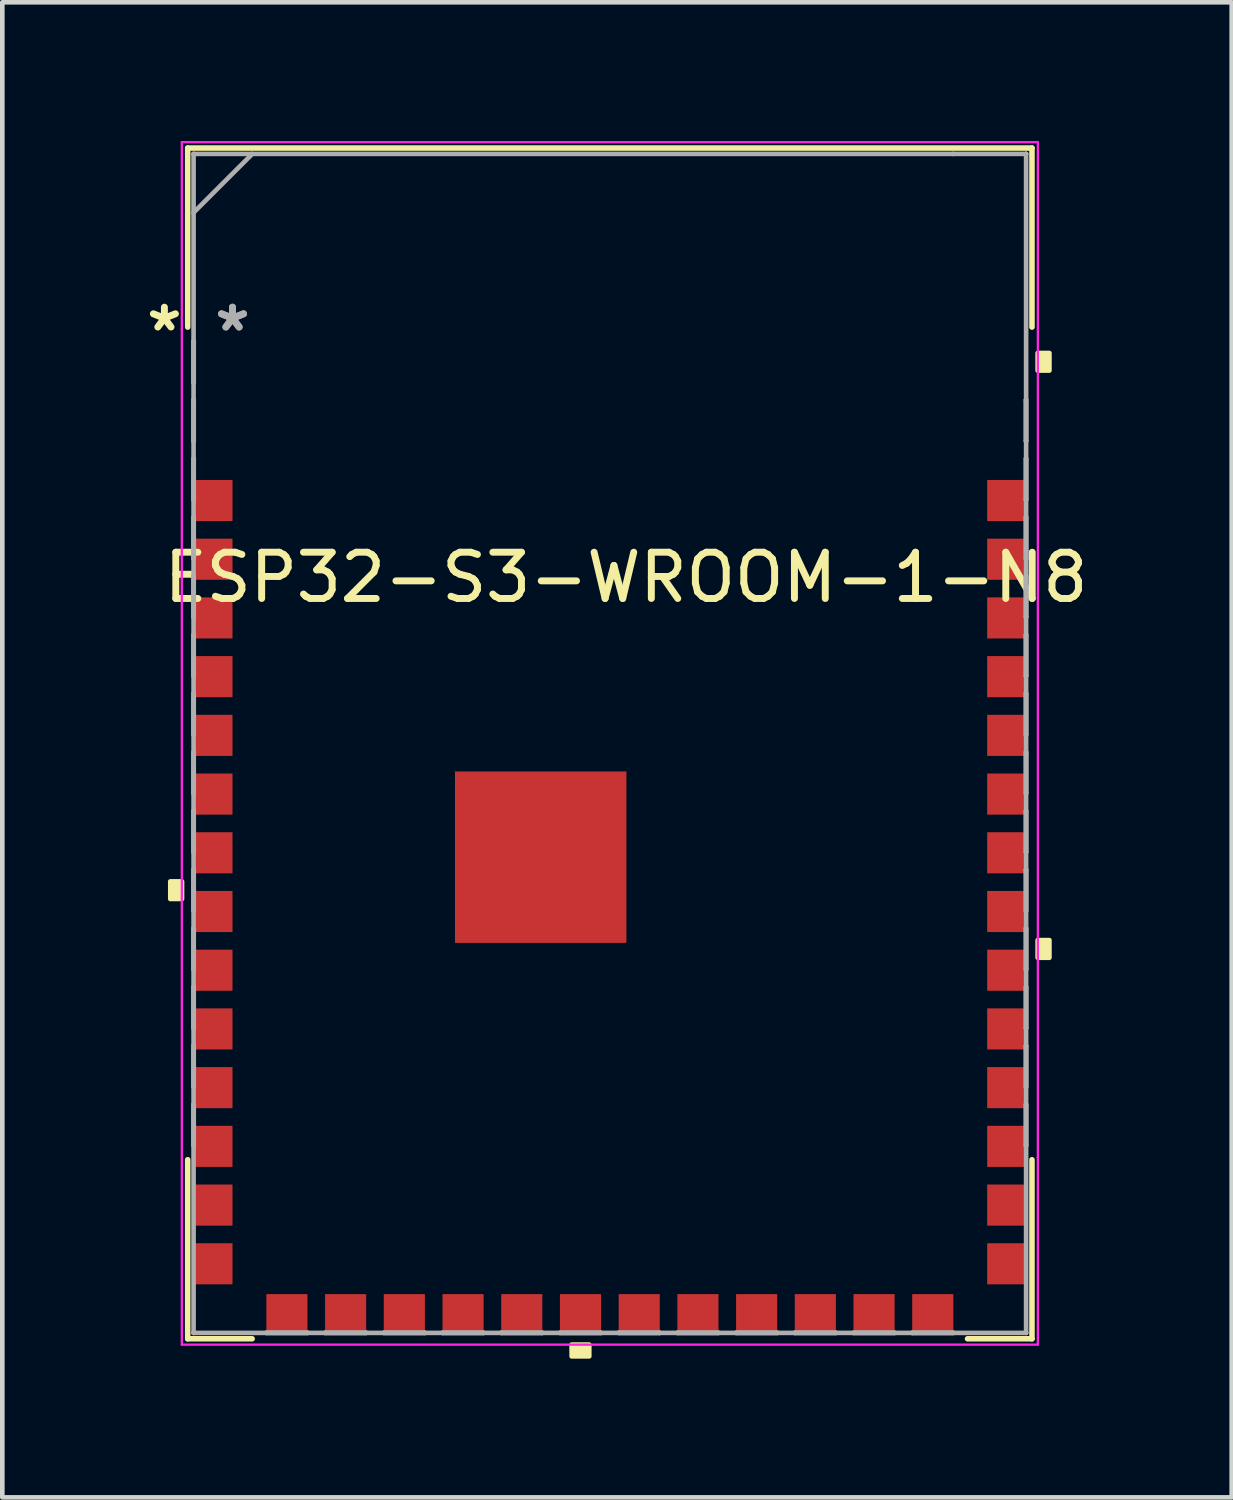
<source format=kicad_pcb>
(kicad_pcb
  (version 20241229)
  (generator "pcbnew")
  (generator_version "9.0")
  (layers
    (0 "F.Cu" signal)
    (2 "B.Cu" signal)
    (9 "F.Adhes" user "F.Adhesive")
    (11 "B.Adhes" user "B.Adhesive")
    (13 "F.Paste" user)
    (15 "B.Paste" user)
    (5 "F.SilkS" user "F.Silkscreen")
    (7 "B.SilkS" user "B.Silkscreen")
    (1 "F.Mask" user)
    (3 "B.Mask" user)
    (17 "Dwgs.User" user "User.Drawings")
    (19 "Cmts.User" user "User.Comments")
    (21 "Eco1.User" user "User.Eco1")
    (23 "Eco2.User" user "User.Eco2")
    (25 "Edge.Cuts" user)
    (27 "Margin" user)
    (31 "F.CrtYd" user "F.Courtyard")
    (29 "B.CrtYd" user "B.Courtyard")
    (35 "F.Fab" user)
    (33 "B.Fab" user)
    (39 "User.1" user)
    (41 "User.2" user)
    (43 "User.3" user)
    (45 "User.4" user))
  (footprint "ESP32-S3-WROOM-1-N8"
    (layer "F.Cu")
    (at 10.141 13.03)
    (property "Reference" "ESP32-S3-WROOM-1-N8" (at 0.35 -3.59 0) (layer "F.SilkS") (effects (font (size 1 1) (thickness 0.15))))
    (attr through_hole)
    (fp_line (start -9.131 -12.878) (end -9.131 -9.005) (stroke (width 0.12) (type solid)) (layer "F.SilkS"))
    (fp_line (start -9.131 9.005) (end -9.131 12.878) (stroke (width 0.12) (type solid)) (layer "F.SilkS"))
    (fp_line (start -9.131 12.878) (end -7.737 12.878) (stroke (width 0.12) (type solid)) (layer "F.SilkS"))
    (fp_line (start 7.737 12.878) (end 9.131 12.878) (stroke (width 0.12) (type solid)) (layer "F.SilkS"))
    (fp_line (start 9.131 -12.878) (end -9.131 -12.878) (stroke (width 0.12) (type solid)) (layer "F.SilkS"))
    (fp_line (start 9.131 -9.005) (end 9.131 -12.878) (stroke (width 0.12) (type solid)) (layer "F.SilkS"))
    (fp_line (start 9.131 12.878) (end 9.131 9.005) (stroke (width 0.12) (type solid)) (layer "F.SilkS"))
    (fp_poly (pts (xy -9.508 2.985) (xy -9.508 3.365) (xy -9.254 3.365) (xy -9.254 2.985)) (stroke (width 0.1) (type solid)) (fill yes) (layer "F.SilkS"))
    (fp_poly (pts (xy -0.826 13.004) (xy -0.826 13.258) (xy -0.445 13.258) (xy -0.445 13.004)) (stroke (width 0.1) (type solid)) (fill yes) (layer "F.SilkS"))
    (fp_poly (pts (xy 9.508 -8.445) (xy 9.508 -8.065) (xy 9.254 -8.065) (xy 9.254 -8.445)) (stroke (width 0.1) (type solid)) (fill yes) (layer "F.SilkS"))
    (fp_poly (pts (xy 9.508 4.255) (xy 9.508 4.636) (xy 9.254 4.636) (xy 9.254 4.255)) (stroke (width 0.1) (type solid)) (fill yes) (layer "F.SilkS"))
    (fp_line (start -9.258 -13.005) (end 9.258 -13.005) (stroke (width 0.05) (type solid)) (layer "F.CrtYd"))
    (fp_line (start -9.258 -8.954) (end -9.258 -8.954) (stroke (width 0.05) (type solid)) (layer "F.CrtYd"))
    (fp_line (start -9.258 -8.954) (end -9.258 -8.954) (stroke (width 0.05) (type solid)) (layer "F.CrtYd"))
    (fp_line (start -9.258 13.005) (end -9.258 -13.005) (stroke (width 0.05) (type solid)) (layer "F.CrtYd"))
    (fp_line (start 9.258 -13.005) (end 9.258 13.005) (stroke (width 0.05) (type solid)) (layer "F.CrtYd"))
    (fp_line (start 9.258 8.954) (end 9.258 8.954) (stroke (width 0.05) (type solid)) (layer "F.CrtYd"))
    (fp_line (start 9.258 8.954) (end 9.258 8.954) (stroke (width 0.05) (type solid)) (layer "F.CrtYd"))
    (fp_line (start 9.258 13.005) (end -9.258 13.005) (stroke (width 0.05) (type solid)) (layer "F.CrtYd"))
    (fp_line (start -9.004 -12.751) (end -9.004 -12.751) (stroke (width 0.1) (type solid)) (layer "F.Fab"))
    (fp_line (start -9.004 -12.751) (end -9.004 12.751) (stroke (width 0.1) (type solid)) (layer "F.Fab"))
    (fp_line (start -9.004 -11.481) (end -7.734 -12.751) (stroke (width 0.1) (type solid)) (layer "F.Fab"))
    (fp_line (start -9.004 -8.7) (end -9 -8.7) (stroke (width 0.1) (type solid)) (layer "F.Fab"))
    (fp_line (start -9.004 -7.811) (end -9.004 -8.7) (stroke (width 0.1) (type solid)) (layer "F.Fab"))
    (fp_line (start -9.004 -7.429) (end -9 -7.429) (stroke (width 0.1) (type solid)) (layer "F.Fab"))
    (fp_line (start -9.004 -6.54) (end -9.004 -7.429) (stroke (width 0.1) (type solid)) (layer "F.Fab"))
    (fp_line (start -9.004 -6.16) (end -9 -6.16) (stroke (width 0.1) (type solid)) (layer "F.Fab"))
    (fp_line (start -9.004 -5.271) (end -9.004 -6.16) (stroke (width 0.1) (type solid)) (layer "F.Fab"))
    (fp_line (start -9.004 -4.889) (end -9 -4.889) (stroke (width 0.1) (type solid)) (layer "F.Fab"))
    (fp_line (start -9.004 -4) (end -9.004 -4.889) (stroke (width 0.1) (type solid)) (layer "F.Fab"))
    (fp_line (start -9.004 -3.619) (end -9 -3.619) (stroke (width 0.1) (type solid)) (layer "F.Fab"))
    (fp_line (start -9.004 -2.731) (end -9.004 -3.619) (stroke (width 0.1) (type solid)) (layer "F.Fab"))
    (fp_line (start -9.004 -2.349) (end -9 -2.349) (stroke (width 0.1) (type solid)) (layer "F.Fab"))
    (fp_line (start -9.004 -1.46) (end -9.004 -2.349) (stroke (width 0.1) (type solid)) (layer "F.Fab"))
    (fp_line (start -9.004 -1.079) (end -9 -1.079) (stroke (width 0.1) (type solid)) (layer "F.Fab"))
    (fp_line (start -9.004 -0.191) (end -9.004 -1.079) (stroke (width 0.1) (type solid)) (layer "F.Fab"))
    (fp_line (start -9.004 0.191) (end -9 0.191) (stroke (width 0.1) (type solid)) (layer "F.Fab"))
    (fp_line (start -9.004 1.079) (end -9.004 0.191) (stroke (width 0.1) (type solid)) (layer "F.Fab"))
    (fp_line (start -9.004 1.46) (end -9 1.46) (stroke (width 0.1) (type solid)) (layer "F.Fab"))
    (fp_line (start -9.004 2.349) (end -9.004 1.46) (stroke (width 0.1) (type solid)) (layer "F.Fab"))
    (fp_line (start -9.004 2.731) (end -9 2.731) (stroke (width 0.1) (type solid)) (layer "F.Fab"))
    (fp_line (start -9.004 3.619) (end -9.004 2.731) (stroke (width 0.1) (type solid)) (layer "F.Fab"))
    (fp_line (start -9.004 4) (end -9 4) (stroke (width 0.1) (type solid)) (layer "F.Fab"))
    (fp_line (start -9.004 4.889) (end -9.004 4) (stroke (width 0.1) (type solid)) (layer "F.Fab"))
    (fp_line (start -9.004 5.271) (end -9 5.271) (stroke (width 0.1) (type solid)) (layer "F.Fab"))
    (fp_line (start -9.004 6.16) (end -9.004 5.271) (stroke (width 0.1) (type solid)) (layer "F.Fab"))
    (fp_line (start -9.004 6.54) (end -9 6.54) (stroke (width 0.1) (type solid)) (layer "F.Fab"))
    (fp_line (start -9.004 7.429) (end -9.004 6.54) (stroke (width 0.1) (type solid)) (layer "F.Fab"))
    (fp_line (start -9.004 7.811) (end -9 7.811) (stroke (width 0.1) (type solid)) (layer "F.Fab"))
    (fp_line (start -9.004 8.7) (end -9.004 7.811) (stroke (width 0.1) (type solid)) (layer "F.Fab"))
    (fp_line (start -9.004 12.751) (end -9.004 12.751) (stroke (width 0.1) (type solid)) (layer "F.Fab"))
    (fp_line (start -9.004 12.751) (end 9.004 12.751) (stroke (width 0.1) (type solid)) (layer "F.Fab"))
    (fp_line (start -9 -8.7) (end -9 -7.811) (stroke (width 0.1) (type solid)) (layer "F.Fab"))
    (fp_line (start -9 -7.811) (end -9.004 -7.811) (stroke (width 0.1) (type solid)) (layer "F.Fab"))
    (fp_line (start -9 -7.429) (end -9 -6.54) (stroke (width 0.1) (type solid)) (layer "F.Fab"))
    (fp_line (start -9 -6.54) (end -9.004 -6.54) (stroke (width 0.1) (type solid)) (layer "F.Fab"))
    (fp_line (start -9 -6.16) (end -9 -5.271) (stroke (width 0.1) (type solid)) (layer "F.Fab"))
    (fp_line (start -9 -5.271) (end -9.004 -5.271) (stroke (width 0.1) (type solid)) (layer "F.Fab"))
    (fp_line (start -9 -4.889) (end -9 -4) (stroke (width 0.1) (type solid)) (layer "F.Fab"))
    (fp_line (start -9 -4) (end -9.004 -4) (stroke (width 0.1) (type solid)) (layer "F.Fab"))
    (fp_line (start -9 -3.619) (end -9 -2.731) (stroke (width 0.1) (type solid)) (layer "F.Fab"))
    (fp_line (start -9 -2.731) (end -9.004 -2.731) (stroke (width 0.1) (type solid)) (layer "F.Fab"))
    (fp_line (start -9 -2.349) (end -9 -1.46) (stroke (width 0.1) (type solid)) (layer "F.Fab"))
    (fp_line (start -9 -1.46) (end -9.004 -1.46) (stroke (width 0.1) (type solid)) (layer "F.Fab"))
    (fp_line (start -9 -1.079) (end -9 -0.191) (stroke (width 0.1) (type solid)) (layer "F.Fab"))
    (fp_line (start -9 -0.191) (end -9.004 -0.191) (stroke (width 0.1) (type solid)) (layer "F.Fab"))
    (fp_line (start -9 0.191) (end -9 1.079) (stroke (width 0.1) (type solid)) (layer "F.Fab"))
    (fp_line (start -9 1.079) (end -9.004 1.079) (stroke (width 0.1) (type solid)) (layer "F.Fab"))
    (fp_line (start -9 1.46) (end -9 2.349) (stroke (width 0.1) (type solid)) (layer "F.Fab"))
    (fp_line (start -9 2.349) (end -9.004 2.349) (stroke (width 0.1) (type solid)) (layer "F.Fab"))
    (fp_line (start -9 2.731) (end -9 3.619) (stroke (width 0.1) (type solid)) (layer "F.Fab"))
    (fp_line (start -9 3.619) (end -9.004 3.619) (stroke (width 0.1) (type solid)) (layer "F.Fab"))
    (fp_line (start -9 4) (end -9 4.889) (stroke (width 0.1) (type solid)) (layer "F.Fab"))
    (fp_line (start -9 4.889) (end -9.004 4.889) (stroke (width 0.1) (type solid)) (layer "F.Fab"))
    (fp_line (start -9 5.271) (end -9 6.16) (stroke (width 0.1) (type solid)) (layer "F.Fab"))
    (fp_line (start -9 6.16) (end -9.004 6.16) (stroke (width 0.1) (type solid)) (layer "F.Fab"))
    (fp_line (start -9 6.54) (end -9 7.429) (stroke (width 0.1) (type solid)) (layer "F.Fab"))
    (fp_line (start -9 7.429) (end -9.004 7.429) (stroke (width 0.1) (type solid)) (layer "F.Fab"))
    (fp_line (start -9 7.811) (end -9 8.7) (stroke (width 0.1) (type solid)) (layer "F.Fab"))
    (fp_line (start -9 8.7) (end -9.004 8.7) (stroke (width 0.1) (type solid)) (layer "F.Fab"))
    (fp_line (start -7.429 12.75) (end -6.54 12.75) (stroke (width 0.1) (type solid)) (layer "F.Fab"))
    (fp_line (start -7.429 12.751) (end -7.429 12.75) (stroke (width 0.1) (type solid)) (layer "F.Fab"))
    (fp_line (start -6.54 12.75) (end -6.54 12.751) (stroke (width 0.1) (type solid)) (layer "F.Fab"))
    (fp_line (start -6.54 12.751) (end -7.429 12.751) (stroke (width 0.1) (type solid)) (layer "F.Fab"))
    (fp_line (start -6.16 12.75) (end -5.271 12.75) (stroke (width 0.1) (type solid)) (layer "F.Fab"))
    (fp_line (start -6.16 12.751) (end -6.16 12.75) (stroke (width 0.1) (type solid)) (layer "F.Fab"))
    (fp_line (start -5.271 12.75) (end -5.271 12.751) (stroke (width 0.1) (type solid)) (layer "F.Fab"))
    (fp_line (start -5.271 12.751) (end -6.16 12.751) (stroke (width 0.1) (type solid)) (layer "F.Fab"))
    (fp_line (start -4.889 12.75) (end -4 12.75) (stroke (width 0.1) (type solid)) (layer "F.Fab"))
    (fp_line (start -4.889 12.751) (end -4.889 12.75) (stroke (width 0.1) (type solid)) (layer "F.Fab"))
    (fp_line (start -4 12.75) (end -4 12.751) (stroke (width 0.1) (type solid)) (layer "F.Fab"))
    (fp_line (start -4 12.751) (end -4.889 12.751) (stroke (width 0.1) (type solid)) (layer "F.Fab"))
    (fp_line (start -3.619 12.75) (end -2.731 12.75) (stroke (width 0.1) (type solid)) (layer "F.Fab"))
    (fp_line (start -3.619 12.751) (end -3.619 12.75) (stroke (width 0.1) (type solid)) (layer "F.Fab"))
    (fp_line (start -2.731 12.75) (end -2.731 12.751) (stroke (width 0.1) (type solid)) (layer "F.Fab"))
    (fp_line (start -2.731 12.751) (end -3.619 12.751) (stroke (width 0.1) (type solid)) (layer "F.Fab"))
    (fp_line (start -2.349 12.75) (end -1.46 12.75) (stroke (width 0.1) (type solid)) (layer "F.Fab"))
    (fp_line (start -2.349 12.751) (end -2.349 12.75) (stroke (width 0.1) (type solid)) (layer "F.Fab"))
    (fp_line (start -1.46 12.75) (end -1.46 12.751) (stroke (width 0.1) (type solid)) (layer "F.Fab"))
    (fp_line (start -1.46 12.751) (end -2.349 12.751) (stroke (width 0.1) (type solid)) (layer "F.Fab"))
    (fp_line (start -1.079 12.75) (end -0.191 12.75) (stroke (width 0.1) (type solid)) (layer "F.Fab"))
    (fp_line (start -1.079 12.751) (end -1.079 12.75) (stroke (width 0.1) (type solid)) (layer "F.Fab"))
    (fp_line (start -0.191 12.75) (end -0.191 12.751) (stroke (width 0.1) (type solid)) (layer "F.Fab"))
    (fp_line (start -0.191 12.751) (end -1.079 12.751) (stroke (width 0.1) (type solid)) (layer "F.Fab"))
    (fp_line (start 0.191 12.75) (end 1.079 12.75) (stroke (width 0.1) (type solid)) (layer "F.Fab"))
    (fp_line (start 0.191 12.751) (end 0.191 12.75) (stroke (width 0.1) (type solid)) (layer "F.Fab"))
    (fp_line (start 1.079 12.75) (end 1.079 12.751) (stroke (width 0.1) (type solid)) (layer "F.Fab"))
    (fp_line (start 1.079 12.751) (end 0.191 12.751) (stroke (width 0.1) (type solid)) (layer "F.Fab"))
    (fp_line (start 1.46 12.75) (end 2.349 12.75) (stroke (width 0.1) (type solid)) (layer "F.Fab"))
    (fp_line (start 1.46 12.751) (end 1.46 12.75) (stroke (width 0.1) (type solid)) (layer "F.Fab"))
    (fp_line (start 2.349 12.75) (end 2.349 12.751) (stroke (width 0.1) (type solid)) (layer "F.Fab"))
    (fp_line (start 2.349 12.751) (end 1.46 12.751) (stroke (width 0.1) (type solid)) (layer "F.Fab"))
    (fp_line (start 2.731 12.75) (end 3.619 12.75) (stroke (width 0.1) (type solid)) (layer "F.Fab"))
    (fp_line (start 2.731 12.751) (end 2.731 12.75) (stroke (width 0.1) (type solid)) (layer "F.Fab"))
    (fp_line (start 3.619 12.75) (end 3.619 12.751) (stroke (width 0.1) (type solid)) (layer "F.Fab"))
    (fp_line (start 3.619 12.751) (end 2.731 12.751) (stroke (width 0.1) (type solid)) (layer "F.Fab"))
    (fp_line (start 4 12.75) (end 4.889 12.75) (stroke (width 0.1) (type solid)) (layer "F.Fab"))
    (fp_line (start 4 12.751) (end 4 12.75) (stroke (width 0.1) (type solid)) (layer "F.Fab"))
    (fp_line (start 4.889 12.75) (end 4.889 12.751) (stroke (width 0.1) (type solid)) (layer "F.Fab"))
    (fp_line (start 4.889 12.751) (end 4 12.751) (stroke (width 0.1) (type solid)) (layer "F.Fab"))
    (fp_line (start 5.271 12.75) (end 6.16 12.75) (stroke (width 0.1) (type solid)) (layer "F.Fab"))
    (fp_line (start 5.271 12.751) (end 5.271 12.75) (stroke (width 0.1) (type solid)) (layer "F.Fab"))
    (fp_line (start 6.16 12.75) (end 6.16 12.751) (stroke (width 0.1) (type solid)) (layer "F.Fab"))
    (fp_line (start 6.16 12.751) (end 5.271 12.751) (stroke (width 0.1) (type solid)) (layer "F.Fab"))
    (fp_line (start 6.54 12.75) (end 7.429 12.75) (stroke (width 0.1) (type solid)) (layer "F.Fab"))
    (fp_line (start 6.54 12.751) (end 6.54 12.75) (stroke (width 0.1) (type solid)) (layer "F.Fab"))
    (fp_line (start 7.429 -12.751) (end 7.429 -12.75) (stroke (width 0.1) (type solid)) (layer "F.Fab"))
    (fp_line (start 7.429 12.75) (end 7.429 12.751) (stroke (width 0.1) (type solid)) (layer "F.Fab"))
    (fp_line (start 7.429 12.751) (end 6.54 12.751) (stroke (width 0.1) (type solid)) (layer "F.Fab"))
    (fp_line (start 9 -7.429) (end 9.004 -7.429) (stroke (width 0.1) (type solid)) (layer "F.Fab"))
    (fp_line (start 9 -6.54) (end 9 -7.429) (stroke (width 0.1) (type solid)) (layer "F.Fab"))
    (fp_line (start 9 -6.16) (end 9.004 -6.16) (stroke (width 0.1) (type solid)) (layer "F.Fab"))
    (fp_line (start 9 -5.271) (end 9 -6.16) (stroke (width 0.1) (type solid)) (layer "F.Fab"))
    (fp_line (start 9 -4.889) (end 9.004 -4.889) (stroke (width 0.1) (type solid)) (layer "F.Fab"))
    (fp_line (start 9 -4) (end 9 -4.889) (stroke (width 0.1) (type solid)) (layer "F.Fab"))
    (fp_line (start 9 -3.619) (end 9.004 -3.619) (stroke (width 0.1) (type solid)) (layer "F.Fab"))
    (fp_line (start 9 -2.731) (end 9 -3.619) (stroke (width 0.1) (type solid)) (layer "F.Fab"))
    (fp_line (start 9 -2.349) (end 9.004 -2.349) (stroke (width 0.1) (type solid)) (layer "F.Fab"))
    (fp_line (start 9 -1.46) (end 9 -2.349) (stroke (width 0.1) (type solid)) (layer "F.Fab"))
    (fp_line (start 9 -1.079) (end 9.004 -1.079) (stroke (width 0.1) (type solid)) (layer "F.Fab"))
    (fp_line (start 9 -0.191) (end 9 -1.079) (stroke (width 0.1) (type solid)) (layer "F.Fab"))
    (fp_line (start 9 0.191) (end 9.004 0.191) (stroke (width 0.1) (type solid)) (layer "F.Fab"))
    (fp_line (start 9 1.079) (end 9 0.191) (stroke (width 0.1) (type solid)) (layer "F.Fab"))
    (fp_line (start 9 1.46) (end 9.004 1.46) (stroke (width 0.1) (type solid)) (layer "F.Fab"))
    (fp_line (start 9 2.349) (end 9 1.46) (stroke (width 0.1) (type solid)) (layer "F.Fab"))
    (fp_line (start 9 2.731) (end 9.004 2.731) (stroke (width 0.1) (type solid)) (layer "F.Fab"))
    (fp_line (start 9 3.619) (end 9 2.731) (stroke (width 0.1) (type solid)) (layer "F.Fab"))
    (fp_line (start 9 4) (end 9.004 4) (stroke (width 0.1) (type solid)) (layer "F.Fab"))
    (fp_line (start 9 4.889) (end 9 4) (stroke (width 0.1) (type solid)) (layer "F.Fab"))
    (fp_line (start 9 5.271) (end 9.004 5.271) (stroke (width 0.1) (type solid)) (layer "F.Fab"))
    (fp_line (start 9 6.16) (end 9 5.271) (stroke (width 0.1) (type solid)) (layer "F.Fab"))
    (fp_line (start 9 6.54) (end 9.004 6.54) (stroke (width 0.1) (type solid)) (layer "F.Fab"))
    (fp_line (start 9 7.429) (end 9 6.54) (stroke (width 0.1) (type solid)) (layer "F.Fab"))
    (fp_line (start 9 7.811) (end 9.004 7.811) (stroke (width 0.1) (type solid)) (layer "F.Fab"))
    (fp_line (start 9 8.7) (end 9 7.811) (stroke (width 0.1) (type solid)) (layer "F.Fab"))
    (fp_line (start 9.004 -12.751) (end -9.004 -12.751) (stroke (width 0.1) (type solid)) (layer "F.Fab"))
    (fp_line (start 9.004 -12.751) (end 9.004 -12.751) (stroke (width 0.1) (type solid)) (layer "F.Fab"))
    (fp_line (start 9.004 -7.429) (end 9.004 -6.54) (stroke (width 0.1) (type solid)) (layer "F.Fab"))
    (fp_line (start 9.004 -6.54) (end 9 -6.54) (stroke (width 0.1) (type solid)) (layer "F.Fab"))
    (fp_line (start 9.004 -6.16) (end 9.004 -5.271) (stroke (width 0.1) (type solid)) (layer "F.Fab"))
    (fp_line (start 9.004 -5.271) (end 9 -5.271) (stroke (width 0.1) (type solid)) (layer "F.Fab"))
    (fp_line (start 9.004 -4.889) (end 9.004 -4) (stroke (width 0.1) (type solid)) (layer "F.Fab"))
    (fp_line (start 9.004 -4) (end 9 -4) (stroke (width 0.1) (type solid)) (layer "F.Fab"))
    (fp_line (start 9.004 -3.619) (end 9.004 -2.731) (stroke (width 0.1) (type solid)) (layer "F.Fab"))
    (fp_line (start 9.004 -2.731) (end 9 -2.731) (stroke (width 0.1) (type solid)) (layer "F.Fab"))
    (fp_line (start 9.004 -2.349) (end 9.004 -1.46) (stroke (width 0.1) (type solid)) (layer "F.Fab"))
    (fp_line (start 9.004 -1.46) (end 9 -1.46) (stroke (width 0.1) (type solid)) (layer "F.Fab"))
    (fp_line (start 9.004 -1.079) (end 9.004 -0.191) (stroke (width 0.1) (type solid)) (layer "F.Fab"))
    (fp_line (start 9.004 -0.191) (end 9 -0.191) (stroke (width 0.1) (type solid)) (layer "F.Fab"))
    (fp_line (start 9.004 0.191) (end 9.004 1.079) (stroke (width 0.1) (type solid)) (layer "F.Fab"))
    (fp_line (start 9.004 1.079) (end 9 1.079) (stroke (width 0.1) (type solid)) (layer "F.Fab"))
    (fp_line (start 9.004 1.46) (end 9.004 2.349) (stroke (width 0.1) (type solid)) (layer "F.Fab"))
    (fp_line (start 9.004 2.349) (end 9 2.349) (stroke (width 0.1) (type solid)) (layer "F.Fab"))
    (fp_line (start 9.004 2.731) (end 9.004 3.619) (stroke (width 0.1) (type solid)) (layer "F.Fab"))
    (fp_line (start 9.004 3.619) (end 9 3.619) (stroke (width 0.1) (type solid)) (layer "F.Fab"))
    (fp_line (start 9.004 4) (end 9.004 4.889) (stroke (width 0.1) (type solid)) (layer "F.Fab"))
    (fp_line (start 9.004 4.889) (end 9 4.889) (stroke (width 0.1) (type solid)) (layer "F.Fab"))
    (fp_line (start 9.004 5.271) (end 9.004 6.16) (stroke (width 0.1) (type solid)) (layer "F.Fab"))
    (fp_line (start 9.004 6.16) (end 9 6.16) (stroke (width 0.1) (type solid)) (layer "F.Fab"))
    (fp_line (start 9.004 6.54) (end 9.004 7.429) (stroke (width 0.1) (type solid)) (layer "F.Fab"))
    (fp_line (start 9.004 7.429) (end 9 7.429) (stroke (width 0.1) (type solid)) (layer "F.Fab"))
    (fp_line (start 9.004 7.811) (end 9.004 8.7) (stroke (width 0.1) (type solid)) (layer "F.Fab"))
    (fp_line (start 9.004 8.7) (end 9 8.7) (stroke (width 0.1) (type solid)) (layer "F.Fab"))
    (fp_line (start 9.004 12.751) (end 9.004 -12.751) (stroke (width 0.1) (type solid)) (layer "F.Fab"))
    (fp_line (start 9.004 12.751) (end 9.004 12.751) (stroke (width 0.1) (type solid)) (layer "F.Fab"))
    (fp_text user "*" (at -9.635 -8.89 0) (layer "F.SilkS") (effects (font (size 1 1) (thickness 0.15))))
    (fp_text user "*" (at -8.162 -8.89 0) (layer "F.Fab") (effects (font (size 1 1) (thickness 0.15))))
    (fp_text user "*" (at -8.162 -8.89 0) (layer "F.Fab") (effects (font (size 1 1) (thickness 0.15))))
    (pad "1" smd rect (at -8.581 -5.254 90) (size 0.889 0.838) (layers "F.Cu" "F.Mask" "F.Paste"))
    (pad "2" smd rect (at -8.581 -3.984 90) (size 0.889 0.838) (layers "F.Cu" "F.Mask" "F.Paste"))
    (pad "3" smd rect (at -8.581 -2.714 90) (size 0.889 0.838) (layers "F.Cu" "F.Mask" "F.Paste"))
    (pad "4" smd rect (at -8.581 -1.444 90) (size 0.889 0.838) (layers "F.Cu" "F.Mask" "F.Paste"))
    (pad "5" smd rect (at -8.581 -0.174 90) (size 0.889 0.838) (layers "F.Cu" "F.Mask" "F.Paste"))
    (pad "6" smd rect (at -8.581 1.096 90) (size 0.889 0.838) (layers "F.Cu" "F.Mask" "F.Paste"))
    (pad "7" smd rect (at -8.581 2.366 90) (size 0.889 0.838) (layers "F.Cu" "F.Mask" "F.Paste"))
    (pad "8" smd rect (at -8.581 3.636 90) (size 0.889 0.838) (layers "F.Cu" "F.Mask" "F.Paste"))
    (pad "9" smd rect (at -8.581 4.906 90) (size 0.889 0.838) (layers "F.Cu" "F.Mask" "F.Paste"))
    (pad "10" smd rect (at -8.581 6.176 90) (size 0.889 0.838) (layers "F.Cu" "F.Mask" "F.Paste"))
    (pad "11" smd rect (at -8.581 7.446 90) (size 0.889 0.838) (layers "F.Cu" "F.Mask" "F.Paste"))
    (pad "12" smd rect (at -8.581 8.716 90) (size 0.889 0.838) (layers "F.Cu" "F.Mask" "F.Paste"))
    (pad "13" smd rect (at -8.581 9.986 90) (size 0.889 0.838) (layers "F.Cu" "F.Mask" "F.Paste"))
    (pad "14" smd rect (at -8.581 11.256 90) (size 0.889 0.838) (layers "F.Cu" "F.Mask" "F.Paste"))
    (pad "15" smd rect (at -6.985 12.331) (size 0.889 0.838) (layers "F.Cu" "F.Mask" "F.Paste"))
    (pad "16" smd rect (at -5.715 12.331) (size 0.889 0.838) (layers "F.Cu" "F.Mask" "F.Paste"))
    (pad "17" smd rect (at -4.445 12.331) (size 0.889 0.838) (layers "F.Cu" "F.Mask" "F.Paste"))
    (pad "18" smd rect (at -3.175 12.331) (size 0.889 0.838) (layers "F.Cu" "F.Mask" "F.Paste"))
    (pad "19" smd rect (at -1.905 12.331) (size 0.889 0.838) (layers "F.Cu" "F.Mask" "F.Paste"))
    (pad "20" smd rect (at -0.635 12.331) (size 0.889 0.838) (layers "F.Cu" "F.Mask" "F.Paste"))
    (pad "21" smd rect (at 0.635 12.331) (size 0.889 0.838) (layers "F.Cu" "F.Mask" "F.Paste"))
    (pad "22" smd rect (at 1.905 12.331) (size 0.889 0.838) (layers "F.Cu" "F.Mask" "F.Paste"))
    (pad "23" smd rect (at 3.175 12.331) (size 0.889 0.838) (layers "F.Cu" "F.Mask" "F.Paste"))
    (pad "24" smd rect (at 4.445 12.331) (size 0.889 0.838) (layers "F.Cu" "F.Mask" "F.Paste"))
    (pad "25" smd rect (at 5.715 12.331) (size 0.889 0.838) (layers "F.Cu" "F.Mask" "F.Paste"))
    (pad "26" smd rect (at 6.985 12.331) (size 0.889 0.838) (layers "F.Cu" "F.Mask" "F.Paste"))
    (pad "27" smd rect (at 8.581 11.256 90) (size 0.889 0.838) (layers "F.Cu" "F.Mask" "F.Paste"))
    (pad "28" smd rect (at 8.581 9.986 90) (size 0.889 0.838) (layers "F.Cu" "F.Mask" "F.Paste"))
    (pad "29" smd rect (at 8.581 8.716 90) (size 0.889 0.838) (layers "F.Cu" "F.Mask" "F.Paste"))
    (pad "30" smd rect (at 8.581 7.446 90) (size 0.889 0.838) (layers "F.Cu" "F.Mask" "F.Paste"))
    (pad "31" smd rect (at 8.581 6.176 90) (size 0.889 0.838) (layers "F.Cu" "F.Mask" "F.Paste"))
    (pad "32" smd rect (at 8.581 4.906 90) (size 0.889 0.838) (layers "F.Cu" "F.Mask" "F.Paste"))
    (pad "33" smd rect (at 8.581 3.636 90) (size 0.889 0.838) (layers "F.Cu" "F.Mask" "F.Paste"))
    (pad "34" smd rect (at 8.581 2.366 90) (size 0.889 0.838) (layers "F.Cu" "F.Mask" "F.Paste"))
    (pad "35" smd rect (at 8.581 1.096 90) (size 0.889 0.838) (layers "F.Cu" "F.Mask" "F.Paste"))
    (pad "36" smd rect (at 8.581 -0.174 90) (size 0.889 0.838) (layers "F.Cu" "F.Mask" "F.Paste"))
    (pad "37" smd rect (at 8.581 -1.444 90) (size 0.889 0.838) (layers "F.Cu" "F.Mask" "F.Paste"))
    (pad "38" smd rect (at 8.581 -2.714 90) (size 0.889 0.838) (layers "F.Cu" "F.Mask" "F.Paste"))
    (pad "39" smd rect (at 8.581 -3.984 90) (size 0.889 0.838) (layers "F.Cu" "F.Mask" "F.Paste"))
    (pad "40" smd rect (at 8.581 -5.254 90) (size 0.889 0.838) (layers "F.Cu" "F.Mask" "F.Paste"))
    (pad "41" smd rect (at -1.496 2.461) (size 3.708 3.708) (layers "F.Cu" "F.Mask")))
  (gr_rect
    (start -3 -3)
    (end 23.592 29.338)
    (stroke (width 0.1) (type default))
    (fill no)
    (layer "Edge.Cuts")))
</source>
